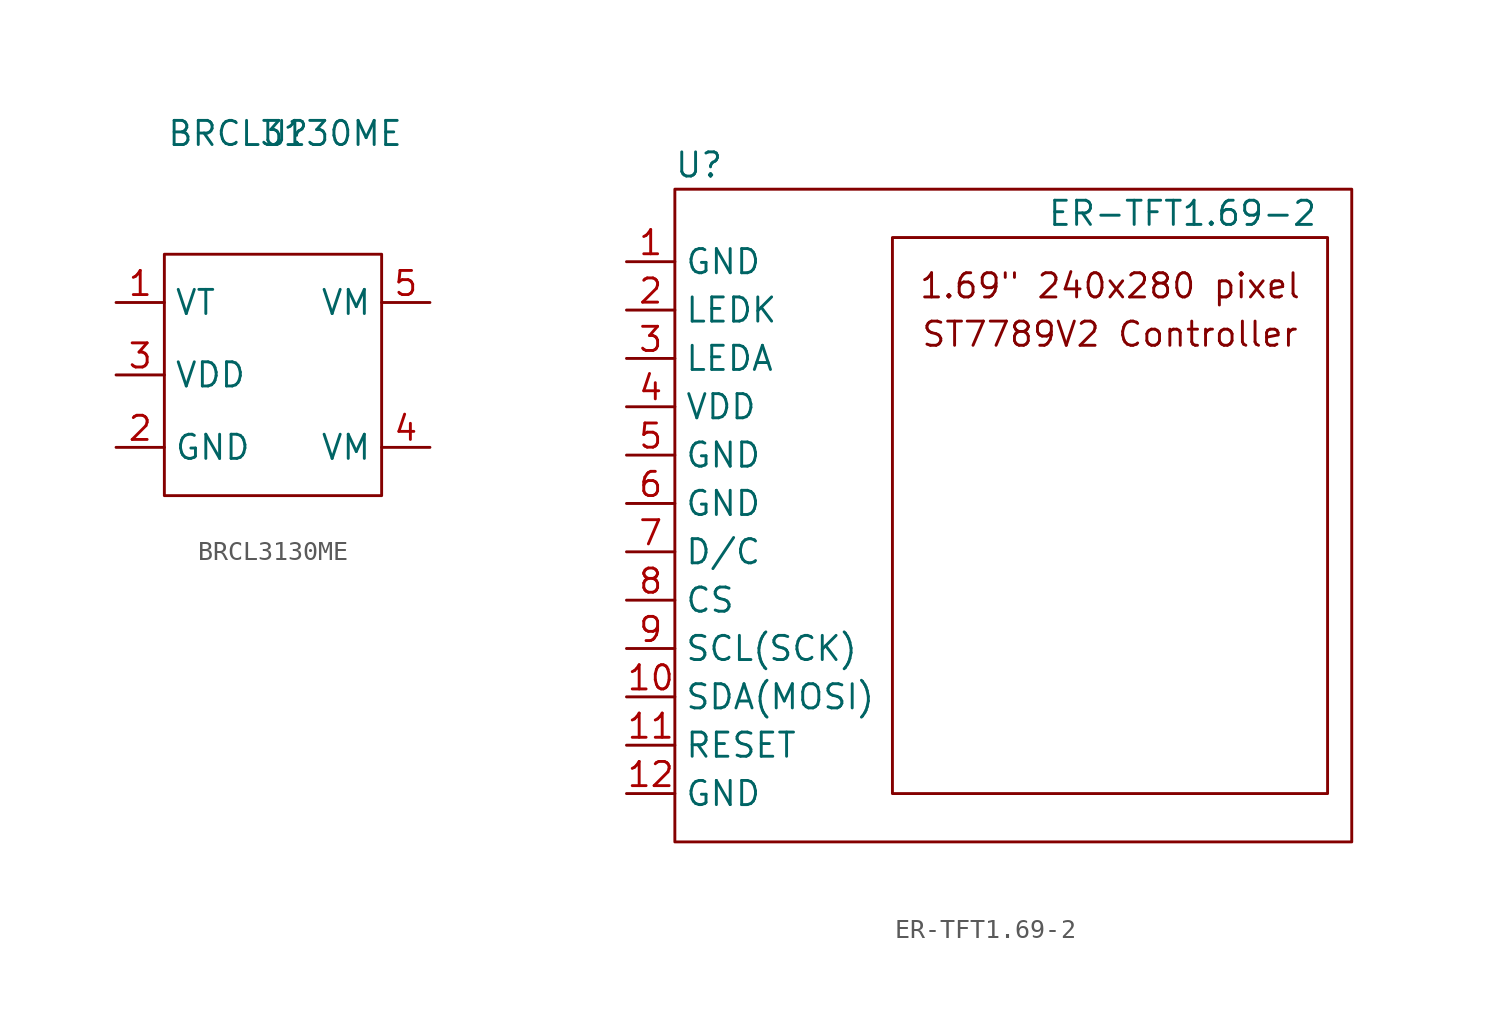
<source format=kicad_sym>
(kicad_symbol_lib
  (version 20220914)
  (generator kicad_symbol_editor)
  (symbol "BRCL3130ME"
    (property "Reference" "U"
      (at 0 0 0)
      (effects (font (size 1.27 1.27))))
    (property "Value" "BRCL3130ME"
      (at 0 0 0)
      (effects (font (size 1.27 1.27))))
    (symbol "BRCL3130ME_0_1"
      (rectangle (start -6.35 -6.35) (end 5.08 -19.05) (stroke (width 0) (type default)) (fill (type none))))
    (symbol "BRCL3130ME_1_1"
      (pin input line (at -8.89 -8.89 0) (length 2.54) (name "VT" (effects (font (size 1.27 1.27)))) (number "1" (effects (font (size 1.27 1.27)))))
      (pin input line (at -8.89 -16.51 0) (length 2.54) (name "GND" (effects (font (size 1.27 1.27)))) (number "2" (effects (font (size 1.27 1.27)))))
      (pin input line (at -8.89 -12.7 0) (length 2.54) (name "VDD" (effects (font (size 1.27 1.27)))) (number "3" (effects (font (size 1.27 1.27)))))
      (pin input line (at 7.62 -16.51 180) (length 2.54) (name "VM" (effects (font (size 1.27 1.27)))) (number "4" (effects (font (size 1.27 1.27)))))
      (pin input line (at 7.62 -8.89 180) (length 2.54) (name "VM" (effects (font (size 1.27 1.27)))) (number "5" (effects (font (size 1.27 1.27)))))))
  (symbol "ER-TFT1.69-2"
    (property "Reference" "U"
      (at 1.27 1.27 0)
      (effects (font (size 1.27 1.27))))
    (property "Value" "ER-TFT1.69-2"
      (at 26.67 -1.27 0)
      (effects (font (size 1.27 1.27))))
    (symbol "ER-TFT1.69-2_0_0"
      (text "ST7789V2 Controller" (at 22.86 -7.62 0) (effects (font (size 1.27 1.27)))))
    (symbol "ER-TFT1.69-2_0_1"
      (rectangle (start 0 0) (end 35.56 -34.29) (stroke (width 0) (type default)) (fill (type none)))
      (rectangle (start 11.43 -2.54) (end 34.29 -31.75) (stroke (width 0) (type default)) (fill (type none))))
    (symbol "ER-TFT1.69-2_1_0"
      (text "1.69\" 240x280 pixel" (at 22.86 -5.08 0) (effects (font (size 1.27 1.27)))))
    (symbol "ER-TFT1.69-2_1_1"
      (pin passive line (at -2.54 -3.81 0) (length 2.54) (name "GND" (effects (font (size 1.27 1.27)))) (number "1" (effects (font (size 1.27 1.27)))))
      (pin passive line (at -2.54 -26.67 0) (length 2.54) (name "SDA(MOSI)" (effects (font (size 1.27 1.27)))) (number "10" (effects (font (size 1.27 1.27)))))
      (pin passive line (at -2.54 -29.21 0) (length 2.54) (name "RESET" (effects (font (size 1.27 1.27)))) (number "11" (effects (font (size 1.27 1.27)))))
      (pin passive line (at -2.54 -31.75 0) (length 2.54) (name "GND" (effects (font (size 1.27 1.27)))) (number "12" (effects (font (size 1.27 1.27)))))
      (pin passive line (at -2.54 -6.35 0) (length 2.54) (name "LEDK" (effects (font (size 1.27 1.27)))) (number "2" (effects (font (size 1.27 1.27)))))
      (pin passive line (at -2.54 -8.89 0) (length 2.54) (name "LEDA" (effects (font (size 1.27 1.27)))) (number "3" (effects (font (size 1.27 1.27)))))
      (pin passive line (at -2.54 -11.43 0) (length 2.54) (name "VDD" (effects (font (size 1.27 1.27)))) (number "4" (effects (font (size 1.27 1.27)))))
      (pin passive line (at -2.54 -13.97 0) (length 2.54) (name "GND" (effects (font (size 1.27 1.27)))) (number "5" (effects (font (size 1.27 1.27)))))
      (pin passive line (at -2.54 -16.51 0) (length 2.54) (name "GND" (effects (font (size 1.27 1.27)))) (number "6" (effects (font (size 1.27 1.27)))))
      (pin passive line (at -2.54 -19.05 0) (length 2.54) (name "D/C" (effects (font (size 1.27 1.27)))) (number "7" (effects (font (size 1.27 1.27)))))
      (pin passive line (at -2.54 -21.59 0) (length 2.54) (name "CS" (effects (font (size 1.27 1.27)))) (number "8" (effects (font (size 1.27 1.27)))))
      (pin passive line (at -2.54 -24.13 0) (length 2.54) (name "SCL(SCK)" (effects (font (size 1.27 1.27)))) (number "9" (effects (font (size 1.27 1.27))))))))
</source>
